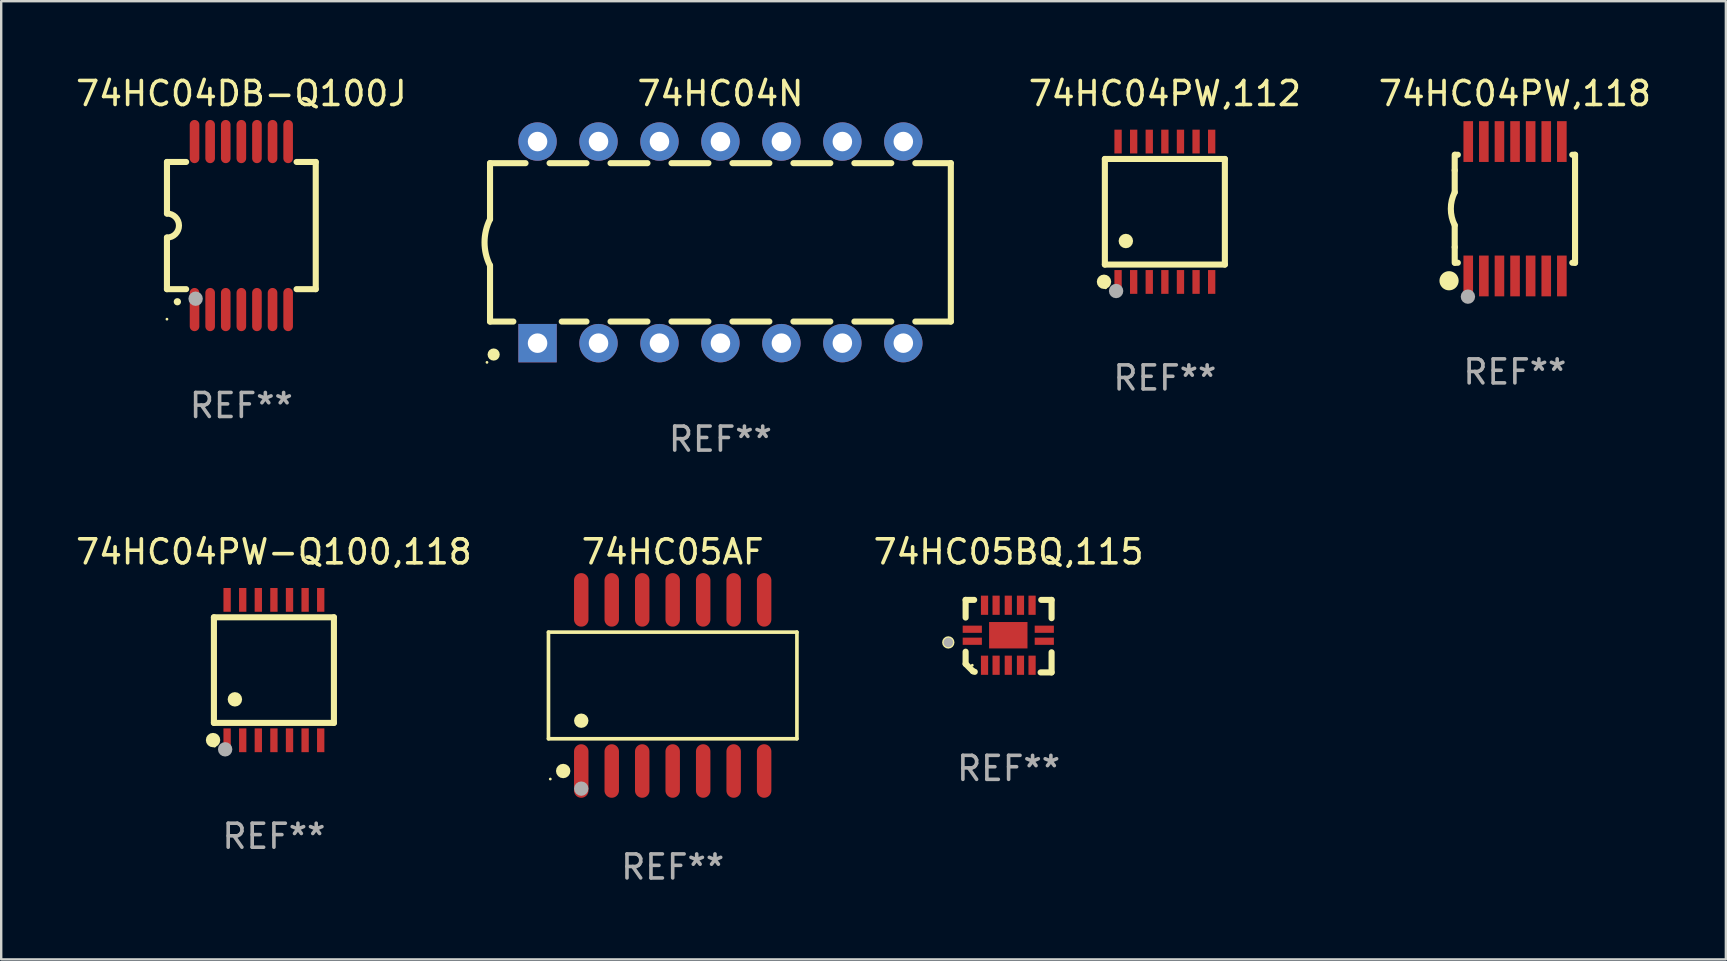
<source format=kicad_pcb>
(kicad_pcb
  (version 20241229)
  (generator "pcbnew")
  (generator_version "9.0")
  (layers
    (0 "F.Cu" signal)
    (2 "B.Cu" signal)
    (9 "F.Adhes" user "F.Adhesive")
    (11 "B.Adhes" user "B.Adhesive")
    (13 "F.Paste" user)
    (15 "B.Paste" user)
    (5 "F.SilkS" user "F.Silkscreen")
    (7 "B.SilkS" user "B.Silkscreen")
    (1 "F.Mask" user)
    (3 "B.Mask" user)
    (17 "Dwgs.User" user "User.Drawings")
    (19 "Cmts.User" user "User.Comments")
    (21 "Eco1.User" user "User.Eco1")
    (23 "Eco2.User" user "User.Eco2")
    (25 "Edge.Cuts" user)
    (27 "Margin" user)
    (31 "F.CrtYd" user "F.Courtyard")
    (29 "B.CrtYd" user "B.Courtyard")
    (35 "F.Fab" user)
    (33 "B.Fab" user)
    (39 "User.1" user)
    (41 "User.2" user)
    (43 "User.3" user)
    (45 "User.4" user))
  (footprint "74HC04N"
    (layer "F.Cu")
    (at 26.968 7.048)
    (property "Reference" "74HC04N" (at 0 -6.2 0) (layer "F.SilkS") (effects (font (size 1 1) (thickness 0.15))))
    (attr through_hole)
    (fp_line (start -9.6 -3.3) (end -9.6 -0.965) (stroke (width 0.254) (type solid)) (layer "F.SilkS"))
    (fp_line (start -9.6 -3.3) (end -8.121 -3.3) (stroke (width 0.254) (type solid)) (layer "F.SilkS"))
    (fp_line (start -9.6 3.3) (end -9.6 0.965) (stroke (width 0.254) (type solid)) (layer "F.SilkS"))
    (fp_line (start -9.6 3.3) (end -8.628 3.3) (stroke (width 0.254) (type solid)) (layer "F.SilkS"))
    (fp_line (start -7.119 -3.3) (end -5.581 -3.3) (stroke (width 0.254) (type solid)) (layer "F.SilkS"))
    (fp_line (start -6.612 3.3) (end -5.581 3.3) (stroke (width 0.254) (type solid)) (layer "F.SilkS"))
    (fp_line (start -4.579 -3.3) (end -3.041 -3.3) (stroke (width 0.254) (type solid)) (layer "F.SilkS"))
    (fp_line (start -4.579 3.3) (end -3.041 3.3) (stroke (width 0.254) (type solid)) (layer "F.SilkS"))
    (fp_line (start -2.039 -3.3) (end -0.501 -3.3) (stroke (width 0.254) (type solid)) (layer "F.SilkS"))
    (fp_line (start -2.039 3.3) (end -0.501 3.3) (stroke (width 0.254) (type solid)) (layer "F.SilkS"))
    (fp_line (start 0.501 -3.3) (end 2.039 -3.3) (stroke (width 0.254) (type solid)) (layer "F.SilkS"))
    (fp_line (start 0.501 3.3) (end 2.039 3.3) (stroke (width 0.254) (type solid)) (layer "F.SilkS"))
    (fp_line (start 3.041 -3.3) (end 4.579 -3.3) (stroke (width 0.254) (type solid)) (layer "F.SilkS"))
    (fp_line (start 3.041 3.3) (end 4.579 3.3) (stroke (width 0.254) (type solid)) (layer "F.SilkS"))
    (fp_line (start 5.581 -3.3) (end 7.119 -3.3) (stroke (width 0.254) (type solid)) (layer "F.SilkS"))
    (fp_line (start 5.581 3.3) (end 7.119 3.3) (stroke (width 0.254) (type solid)) (layer "F.SilkS"))
    (fp_line (start 8.121 -3.3) (end 9.6 -3.3) (stroke (width 0.254) (type solid)) (layer "F.SilkS"))
    (fp_line (start 8.121 3.3) (end 9.6 3.3) (stroke (width 0.254) (type solid)) (layer "F.SilkS"))
    (fp_line (start 9.6 -3.3) (end 9.6 3.3) (stroke (width 0.254) (type solid)) (layer "F.SilkS"))
    (fp_arc (start -9.601219 0.965202) (mid -9.828641 -0.00004) (end -9.600025 -0.964999) (stroke (width 0.254001) (type solid)) (layer "F.SilkS"))
    (fp_circle (center -9.727 5) (end -9.697 5) (stroke (width 0.06) (type solid)) (fill no) (layer "F.SilkS"))
    (fp_circle (center -9.449 4.674) (end -9.322 4.674) (stroke (width 0.254) (type solid)) (fill no) (layer "F.SilkS"))
    (fp_text user "REF**" (at 0 8.2 0) (layer "F.Fab") (effects (font (size 1 1) (thickness 0.15))))
    (pad "1" thru_hole rect (at -7.62 4.2) (size 1.6 1.6) (drill 0.813) (layers "*.Cu" "*.Mask"))
    (pad "2" thru_hole circle (at -5.08 4.2) (size 1.6 1.6) (drill 0.813) (layers "*.Cu" "*.Mask"))
    (pad "3" thru_hole circle (at -2.54 4.2) (size 1.6 1.6) (drill 0.813) (layers "*.Cu" "*.Mask"))
    (pad "4" thru_hole circle (at 0 4.2) (size 1.6 1.6) (drill 0.813) (layers "*.Cu" "*.Mask"))
    (pad "5" thru_hole circle (at 2.54 4.2) (size 1.6 1.6) (drill 0.813) (layers "*.Cu" "*.Mask"))
    (pad "6" thru_hole circle (at 5.08 4.2) (size 1.6 1.6) (drill 0.813) (layers "*.Cu" "*.Mask"))
    (pad "7" thru_hole circle (at 7.62 4.2) (size 1.6 1.6) (drill 0.813) (layers "*.Cu" "*.Mask"))
    (pad "8" thru_hole circle (at 7.62 -4.2) (size 1.6 1.6) (drill 0.813) (layers "*.Cu" "*.Mask"))
    (pad "9" thru_hole circle (at 5.08 -4.2) (size 1.6 1.6) (drill 0.813) (layers "*.Cu" "*.Mask"))
    (pad "10" thru_hole circle (at 2.54 -4.2) (size 1.6 1.6) (drill 0.813) (layers "*.Cu" "*.Mask"))
    (pad "11" thru_hole circle (at 0 -4.2) (size 1.6 1.6) (drill 0.813) (layers "*.Cu" "*.Mask"))
    (pad "12" thru_hole circle (at -2.54 -4.2) (size 1.6 1.6) (drill 0.813) (layers "*.Cu" "*.Mask"))
    (pad "13" thru_hole circle (at -5.08 -4.2) (size 1.6 1.6) (drill 0.813) (layers "*.Cu" "*.Mask"))
    (pad "14" thru_hole circle (at -7.62 -4.2) (size 1.6 1.6) (drill 0.813) (layers "*.Cu" "*.Mask")))
  (footprint "74HC04DB-Q100J"
    (layer "F.Cu")
    (at 7.006 6.348)
    (property "Reference" "74HC04DB-Q100J" (at 0 -5.5 0) (layer "F.SilkS") (effects (font (size 1 1) (thickness 0.15))))
    (attr through_hole)
    (fp_line (start -3.1 2.65) (end -3.1 0.5) (stroke (width 0.254) (type solid)) (layer "F.SilkS"))
    (fp_line (start -3.099 -2.65) (end -2.301 -2.65) (stroke (width 0.254) (type solid)) (layer "F.SilkS"))
    (fp_line (start -3.099 -0.5) (end -3.099 -2.65) (stroke (width 0.254) (type solid)) (layer "F.SilkS"))
    (fp_line (start -2.301 2.65) (end -3.1 2.65) (stroke (width 0.254) (type solid)) (layer "F.SilkS"))
    (fp_line (start 2.301 -2.65) (end 3.1 -2.65) (stroke (width 0.254) (type solid)) (layer "F.SilkS"))
    (fp_line (start 3.1 -2.65) (end 3.1 2.65) (stroke (width 0.254) (type solid)) (layer "F.SilkS"))
    (fp_line (start 3.1 2.65) (end 2.301 2.65) (stroke (width 0.254) (type solid)) (layer "F.SilkS"))
    (fp_arc (start -3.098806 -0.500381) (mid -2.598806 0) (end -3.098806 0.500381) (stroke (width 0.254001) (type solid)) (layer "F.SilkS"))
    (fp_arc (start -2.667005 3.175006) (mid -2.665735 3.175001) (end -2.664465 3.175006) (stroke (width 0.3) (type solid)) (layer "F.SilkS"))
    (fp_circle (center -3.1 3.9) (end -3.07 3.9) (stroke (width 0.06) (type solid)) (fill no) (layer "F.SilkS"))
    (fp_circle (center -1.905 3.048) (end -1.755 3.048) (stroke (width 0.3) (type solid)) (fill no) (layer "F.Fab"))
    (fp_text user "REF**" (at 0 7.5 0) (layer "F.Fab") (effects (font (size 1 1) (thickness 0.15))))
    (pad "1" smd oval (at -1.95 3.5 270) (size 1.8 0.4) (layers "F.Cu" "F.Mask" "F.Paste"))
    (pad "2" smd oval (at -1.3 3.5 270) (size 1.8 0.4) (layers "F.Cu" "F.Mask" "F.Paste"))
    (pad "3" smd oval (at -0.65 3.5 270) (size 1.8 0.4) (layers "F.Cu" "F.Mask" "F.Paste"))
    (pad "4" smd oval (at 0 3.5 270) (size 1.8 0.4) (layers "F.Cu" "F.Mask" "F.Paste"))
    (pad "5" smd oval (at 0.65 3.5 270) (size 1.8 0.4) (layers "F.Cu" "F.Mask" "F.Paste"))
    (pad "6" smd oval (at 1.3 3.5 270) (size 1.8 0.4) (layers "F.Cu" "F.Mask" "F.Paste"))
    (pad "7" smd oval (at 1.95 3.5 270) (size 1.8 0.4) (layers "F.Cu" "F.Mask" "F.Paste"))
    (pad "8" smd oval (at 1.95 -3.5 90) (size 1.8 0.4) (layers "F.Cu" "F.Mask" "F.Paste"))
    (pad "9" smd oval (at 1.3 -3.5 90) (size 1.8 0.4) (layers "F.Cu" "F.Mask" "F.Paste"))
    (pad "10" smd oval (at 0.65 -3.5 90) (size 1.8 0.4) (layers "F.Cu" "F.Mask" "F.Paste"))
    (pad "11" smd oval (at 0 -3.5 90) (size 1.8 0.4) (layers "F.Cu" "F.Mask" "F.Paste"))
    (pad "12" smd oval (at -0.65 -3.5 90) (size 1.8 0.4) (layers "F.Cu" "F.Mask" "F.Paste"))
    (pad "13" smd oval (at -1.3 -3.5 90) (size 1.8 0.4) (layers "F.Cu" "F.Mask" "F.Paste"))
    (pad "14" smd oval (at -1.95 -3.5 90) (size 1.8 0.4) (layers "F.Cu" "F.Mask" "F.Paste")))
  (footprint "74HC05BQ,115"
    (layer "F.Cu")
    (at 38.975 23.456)
    (property "Reference" "74HC05BQ,115" (at 0 -3.511 0) (layer "F.SilkS") (effects (font (size 1 1) (thickness 0.15))))
    (attr through_hole)
    (fp_line (start -1.791 -1.511) (end -1.435 -1.511) (stroke (width 0.254) (type solid)) (layer "F.SilkS"))
    (fp_line (start -1.791 -0.775) (end -1.791 -1.511) (stroke (width 0.254) (type solid)) (layer "F.SilkS"))
    (fp_line (start -1.791 1.156) (end -1.791 0.648) (stroke (width 0.254) (type solid)) (layer "F.SilkS"))
    (fp_line (start -1.486 1.461) (end -1.791 1.156) (stroke (width 0.254) (type solid)) (layer "F.SilkS"))
    (fp_line (start -1.41 1.486) (end -1.486 1.461) (stroke (width 0.254) (type solid)) (layer "F.SilkS"))
    (fp_line (start 1.334 1.511) (end 1.791 1.511) (stroke (width 0.254) (type solid)) (layer "F.SilkS"))
    (fp_line (start 1.791 -1.511) (end 1.359 -1.511) (stroke (width 0.254) (type solid)) (layer "F.SilkS"))
    (fp_line (start 1.791 -0.749) (end 1.791 -1.511) (stroke (width 0.254) (type solid)) (layer "F.SilkS"))
    (fp_line (start 1.791 1.511) (end 1.791 0.673) (stroke (width 0.254) (type solid)) (layer "F.SilkS"))
    (fp_circle (center -2.513 0.262) (end -2.383 0.262) (stroke (width 0.254) (type solid)) (fill no) (layer "F.SilkS"))
    (fp_circle (center -1.513 1.212) (end -1.483 1.212) (stroke (width 0.06) (type solid)) (fill no) (layer "F.SilkS"))
    (fp_circle (center -2.513 0.262) (end -2.413 0.262) (stroke (width 0.2) (type solid)) (fill no) (layer "F.Fab"))
    (fp_text user "REF**" (at 0 5.511 0) (layer "F.Fab") (effects (font (size 1 1) (thickness 0.15))))
    (pad "1" smd rect (at -1.513 0.212) (size 0.8 0.3) (layers "F.Cu" "F.Mask" "F.Paste"))
    (pad "2" smd rect (at -1.003 1.212) (size 0.3 0.8) (layers "F.Cu" "F.Mask" "F.Paste"))
    (pad "3" smd rect (at -0.521 1.212) (size 0.3 0.8) (layers "F.Cu" "F.Mask" "F.Paste"))
    (pad "4" smd rect (at -0.013 1.212) (size 0.3 0.8) (layers "F.Cu" "F.Mask" "F.Paste"))
    (pad "5" smd rect (at 0.495 1.212) (size 0.3 0.8) (layers "F.Cu" "F.Mask" "F.Paste"))
    (pad "6" smd rect (at 0.978 1.212) (size 0.3 0.8) (layers "F.Cu" "F.Mask" "F.Paste"))
    (pad "7" smd rect (at 1.487 0.212) (size 0.8 0.3) (layers "F.Cu" "F.Mask" "F.Paste"))
    (pad "8" smd rect (at 1.487 -0.288) (size 0.8 0.3) (layers "F.Cu" "F.Mask" "F.Paste"))
    (pad "9" smd rect (at 0.978 -1.288) (size 0.3 0.8) (layers "F.Cu" "F.Mask" "F.Paste"))
    (pad "10" smd rect (at 0.495 -1.288) (size 0.3 0.8) (layers "F.Cu" "F.Mask" "F.Paste"))
    (pad "11" smd rect (at -0.013 -1.288) (size 0.3 0.8) (layers "F.Cu" "F.Mask" "F.Paste"))
    (pad "12" smd rect (at -0.521 -1.288) (size 0.3 0.8) (layers "F.Cu" "F.Mask" "F.Paste"))
    (pad "13" smd rect (at -1.003 -1.288) (size 0.3 0.8) (layers "F.Cu" "F.Mask" "F.Paste"))
    (pad "14" smd rect (at -1.513 -0.288) (size 0.8 0.3) (layers "F.Cu" "F.Mask" "F.Paste"))
    (pad "15" smd rect (at -0.013 -0.038 90) (size 1.1 1.6) (layers "F.Cu" "F.Mask" "F.Paste")))
  (footprint "74HC05AF"
    (layer "F.Cu")
    (at 24.979 25.51)
    (property "Reference" "74HC05AF" (at 0 -5.565 0) (layer "F.SilkS") (effects (font (size 1 1) (thickness 0.15))))
    (attr through_hole)
    (fp_line (start -5.176 -2.221) (end 5.176 -2.221) (stroke (width 0.152) (type solid)) (layer "F.SilkS"))
    (fp_line (start -5.176 2.221) (end -5.176 -2.221) (stroke (width 0.152) (type solid)) (layer "F.SilkS"))
    (fp_line (start 5.176 -2.221) (end 5.176 2.221) (stroke (width 0.152) (type solid)) (layer "F.SilkS"))
    (fp_line (start 5.176 2.221) (end -5.176 2.221) (stroke (width 0.152) (type solid)) (layer "F.SilkS"))
    (fp_circle (center -5.1 3.9) (end -5.07 3.9) (stroke (width 0.06) (type solid)) (fill no) (layer "F.SilkS"))
    (fp_circle (center -4.563 3.565) (end -4.413 3.565) (stroke (width 0.3) (type solid)) (fill no) (layer "F.SilkS"))
    (fp_circle (center -3.81 1.469) (end -3.66 1.469) (stroke (width 0.3) (type solid)) (fill no) (layer "F.SilkS"))
    (fp_circle (center -3.81 4.3) (end -3.66 4.3) (stroke (width 0.3) (type solid)) (fill no) (layer "F.Fab"))
    (fp_text user "REF**" (at 0 7.565 0) (layer "F.Fab") (effects (font (size 1 1) (thickness 0.15))))
    (pad "1" smd oval (at -3.81 3.565) (size 0.602 2.231) (layers "F.Cu" "F.Mask" "F.Paste"))
    (pad "2" smd oval (at -2.54 3.565) (size 0.602 2.231) (layers "F.Cu" "F.Mask" "F.Paste"))
    (pad "3" smd oval (at -1.27 3.565) (size 0.602 2.231) (layers "F.Cu" "F.Mask" "F.Paste"))
    (pad "4" smd oval (at 0 3.565) (size 0.602 2.231) (layers "F.Cu" "F.Mask" "F.Paste"))
    (pad "5" smd oval (at 1.27 3.565) (size 0.602 2.231) (layers "F.Cu" "F.Mask" "F.Paste"))
    (pad "6" smd oval (at 2.54 3.565) (size 0.602 2.231) (layers "F.Cu" "F.Mask" "F.Paste"))
    (pad "7" smd oval (at 3.81 3.565) (size 0.602 2.231) (layers "F.Cu" "F.Mask" "F.Paste"))
    (pad "8" smd oval (at 3.81 -3.565) (size 0.602 2.231) (layers "F.Cu" "F.Mask" "F.Paste"))
    (pad "9" smd oval (at 2.54 -3.565) (size 0.602 2.231) (layers "F.Cu" "F.Mask" "F.Paste"))
    (pad "10" smd oval (at 1.27 -3.565) (size 0.602 2.231) (layers "F.Cu" "F.Mask" "F.Paste"))
    (pad "11" smd oval (at 0 -3.565) (size 0.602 2.231) (layers "F.Cu" "F.Mask" "F.Paste"))
    (pad "12" smd oval (at -1.27 -3.565) (size 0.602 2.231) (layers "F.Cu" "F.Mask" "F.Paste"))
    (pad "13" smd oval (at -2.54 -3.565) (size 0.602 2.231) (layers "F.Cu" "F.Mask" "F.Paste"))
    (pad "14" smd oval (at -3.81 -3.565) (size 0.602 2.231) (layers "F.Cu" "F.Mask" "F.Paste")))
  (footprint "74HC04PW-Q100,118"
    (layer "F.Cu")
    (at 8.363 24.87)
    (property "Reference" "74HC04PW-Q100,118" (at 0 -4.925 0) (layer "F.SilkS") (effects (font (size 1 1) (thickness 0.15))))
    (attr through_hole)
    (fp_line (start -2.5 2.2) (end -2.5 -2.2) (stroke (width 0.254) (type solid)) (layer "F.SilkS"))
    (fp_line (start -2.5 2.2) (end 2.5 2.2) (stroke (width 0.254) (type solid)) (layer "F.SilkS"))
    (fp_line (start 2.5 -2.2) (end -2.5 -2.2) (stroke (width 0.254) (type solid)) (layer "F.SilkS"))
    (fp_line (start 2.5 -2.2) (end 2.5 2.2) (stroke (width 0.254) (type solid)) (layer "F.SilkS"))
    (fp_circle (center -2.536 2.917) (end -2.386 2.917) (stroke (width 0.3) (type solid)) (fill no) (layer "F.SilkS"))
    (fp_circle (center -2.47 3.17) (end -2.44 3.17) (stroke (width 0.06) (type solid)) (fill no) (layer "F.SilkS"))
    (fp_circle (center -1.626 1.219) (end -1.475 1.219) (stroke (width 0.3) (type solid)) (fill no) (layer "F.SilkS"))
    (fp_circle (center -2.032 3.302) (end -1.882 3.302) (stroke (width 0.3) (type solid)) (fill no) (layer "F.Fab"))
    (fp_text user "REF**" (at 0 6.925 0) (layer "F.Fab") (effects (font (size 1 1) (thickness 0.15))))
    (pad "1" smd rect (at -1.95 2.925) (size 0.305 0.991) (layers "F.Cu" "F.Mask" "F.Paste"))
    (pad "2" smd rect (at -1.3 2.925) (size 0.305 0.991) (layers "F.Cu" "F.Mask" "F.Paste"))
    (pad "3" smd rect (at -0.65 2.925) (size 0.305 0.991) (layers "F.Cu" "F.Mask" "F.Paste"))
    (pad "4" smd rect (at 0 2.925) (size 0.305 0.991) (layers "F.Cu" "F.Mask" "F.Paste"))
    (pad "5" smd rect (at 0.65 2.925) (size 0.305 0.991) (layers "F.Cu" "F.Mask" "F.Paste"))
    (pad "6" smd rect (at 1.3 2.925) (size 0.305 0.991) (layers "F.Cu" "F.Mask" "F.Paste"))
    (pad "7" smd rect (at 1.95 2.925) (size 0.305 0.991) (layers "F.Cu" "F.Mask" "F.Paste"))
    (pad "8" smd rect (at 1.95 -2.925) (size 0.305 0.991) (layers "F.Cu" "F.Mask" "F.Paste"))
    (pad "9" smd rect (at 1.3 -2.925) (size 0.305 0.991) (layers "F.Cu" "F.Mask" "F.Paste"))
    (pad "10" smd rect (at 0.65 -2.925) (size 0.305 0.991) (layers "F.Cu" "F.Mask" "F.Paste"))
    (pad "11" smd rect (at 0 -2.925) (size 0.305 0.991) (layers "F.Cu" "F.Mask" "F.Paste"))
    (pad "12" smd rect (at -0.65 -2.925) (size 0.305 0.991) (layers "F.Cu" "F.Mask" "F.Paste"))
    (pad "13" smd rect (at -1.3 -2.925) (size 0.305 0.991) (layers "F.Cu" "F.Mask" "F.Paste"))
    (pad "14" smd rect (at -1.95 -2.925) (size 0.305 0.991) (layers "F.Cu" "F.Mask" "F.Paste")))
  (footprint "74HC04PW,112"
    (layer "F.Cu")
    (at 45.486 5.773)
    (property "Reference" "74HC04PW,112" (at 0 -4.925 0) (layer "F.SilkS") (effects (font (size 1 1) (thickness 0.15))))
    (attr through_hole)
    (fp_line (start -2.5 2.2) (end -2.5 -2.2) (stroke (width 0.254) (type solid)) (layer "F.SilkS"))
    (fp_line (start -2.5 2.2) (end 2.5 2.2) (stroke (width 0.254) (type solid)) (layer "F.SilkS"))
    (fp_line (start 2.5 -2.2) (end -2.5 -2.2) (stroke (width 0.254) (type solid)) (layer "F.SilkS"))
    (fp_line (start 2.5 -2.2) (end 2.5 2.2) (stroke (width 0.254) (type solid)) (layer "F.SilkS"))
    (fp_circle (center -2.536 2.917) (end -2.386 2.917) (stroke (width 0.3) (type solid)) (fill no) (layer "F.SilkS"))
    (fp_circle (center -2.47 3.17) (end -2.44 3.17) (stroke (width 0.06) (type solid)) (fill no) (layer "F.SilkS"))
    (fp_circle (center -1.626 1.219) (end -1.475 1.219) (stroke (width 0.3) (type solid)) (fill no) (layer "F.SilkS"))
    (fp_circle (center -2.032 3.302) (end -1.882 3.302) (stroke (width 0.3) (type solid)) (fill no) (layer "F.Fab"))
    (fp_text user "REF**" (at 0 6.925 0) (layer "F.Fab") (effects (font (size 1 1) (thickness 0.15))))
    (pad "1" smd rect (at -1.95 2.925) (size 0.305 0.991) (layers "F.Cu" "F.Mask" "F.Paste"))
    (pad "2" smd rect (at -1.3 2.925) (size 0.305 0.991) (layers "F.Cu" "F.Mask" "F.Paste"))
    (pad "3" smd rect (at -0.65 2.925) (size 0.305 0.991) (layers "F.Cu" "F.Mask" "F.Paste"))
    (pad "4" smd rect (at 0 2.925) (size 0.305 0.991) (layers "F.Cu" "F.Mask" "F.Paste"))
    (pad "5" smd rect (at 0.65 2.925) (size 0.305 0.991) (layers "F.Cu" "F.Mask" "F.Paste"))
    (pad "6" smd rect (at 1.3 2.925) (size 0.305 0.991) (layers "F.Cu" "F.Mask" "F.Paste"))
    (pad "7" smd rect (at 1.95 2.925) (size 0.305 0.991) (layers "F.Cu" "F.Mask" "F.Paste"))
    (pad "8" smd rect (at 1.95 -2.925) (size 0.305 0.991) (layers "F.Cu" "F.Mask" "F.Paste"))
    (pad "9" smd rect (at 1.3 -2.925) (size 0.305 0.991) (layers "F.Cu" "F.Mask" "F.Paste"))
    (pad "10" smd rect (at 0.65 -2.925) (size 0.305 0.991) (layers "F.Cu" "F.Mask" "F.Paste"))
    (pad "11" smd rect (at 0 -2.925) (size 0.305 0.991) (layers "F.Cu" "F.Mask" "F.Paste"))
    (pad "12" smd rect (at -0.65 -2.925) (size 0.305 0.991) (layers "F.Cu" "F.Mask" "F.Paste"))
    (pad "13" smd rect (at -1.3 -2.925) (size 0.305 0.991) (layers "F.Cu" "F.Mask" "F.Paste"))
    (pad "14" smd rect (at -1.95 -2.925) (size 0.305 0.991) (layers "F.Cu" "F.Mask" "F.Paste")))
  (footprint "74HC04PW,118"
    (layer "F.Cu")
    (at 60.07 5.648)
    (property "Reference" "74HC04PW,118" (at 0 -4.8 0) (layer "F.SilkS") (effects (font (size 1 1) (thickness 0.15))))
    (attr through_hole)
    (fp_line (start -2.507 -1.6) (end -2.507 -2.25) (stroke (width 0.254) (type solid)) (layer "F.SilkS"))
    (fp_line (start -2.507 -0.686) (end -2.507 -1.6) (stroke (width 0.254) (type solid)) (layer "F.SilkS"))
    (fp_line (start -2.507 1.6) (end -2.507 0.686) (stroke (width 0.254) (type solid)) (layer "F.SilkS"))
    (fp_line (start -2.507 1.6) (end -2.507 2.25) (stroke (width 0.254) (type solid)) (layer "F.SilkS"))
    (fp_line (start -2.493 -2.25) (end -2.377 -2.25) (stroke (width 0.254) (type solid)) (layer "F.SilkS"))
    (fp_line (start -2.377 2.25) (end -2.493 2.25) (stroke (width 0.254) (type solid)) (layer "F.SilkS"))
    (fp_line (start 2.392 -2.25) (end 2.507 -2.25) (stroke (width 0.254) (type solid)) (layer "F.SilkS"))
    (fp_line (start 2.507 -2.25) (end 2.507 2.25) (stroke (width 0.254) (type solid)) (layer "F.SilkS"))
    (fp_line (start 2.507 2.25) (end 2.392 2.25) (stroke (width 0.254) (type solid)) (layer "F.SilkS"))
    (fp_arc (start -2.507303 0.685802) (mid -2.669199 0) (end -2.507303 -0.685801) (stroke (width 0.254001) (type solid)) (layer "F.SilkS"))
    (fp_circle (center -2.743 3) (end -2.543 3) (stroke (width 0.4) (type solid)) (fill no) (layer "F.SilkS"))
    (fp_circle (center -2.493 3.2) (end -2.463 3.2) (stroke (width 0.06) (type solid)) (fill no) (layer "F.SilkS"))
    (fp_circle (center -1.957 3.662) (end -1.807 3.662) (stroke (width 0.3) (type solid)) (fill no) (layer "F.Fab"))
    (fp_text user "REF**" (at 0 6.8 0) (layer "F.Fab") (effects (font (size 1 1) (thickness 0.15))))
    (pad "1" smd rect (at -1.943 2.8) (size 0.4 1.7) (layers "F.Cu" "F.Mask" "F.Paste"))
    (pad "2" smd rect (at -1.293 2.8) (size 0.4 1.7) (layers "F.Cu" "F.Mask" "F.Paste"))
    (pad "3" smd rect (at -0.643 2.8) (size 0.4 1.7) (layers "F.Cu" "F.Mask" "F.Paste"))
    (pad "4" smd rect (at 0.007 2.8) (size 0.4 1.7) (layers "F.Cu" "F.Mask" "F.Paste"))
    (pad "5" smd rect (at 0.657 2.8) (size 0.4 1.7) (layers "F.Cu" "F.Mask" "F.Paste"))
    (pad "6" smd rect (at 1.307 2.8) (size 0.4 1.7) (layers "F.Cu" "F.Mask" "F.Paste"))
    (pad "7" smd rect (at 1.957 2.8) (size 0.4 1.7) (layers "F.Cu" "F.Mask" "F.Paste"))
    (pad "8" smd rect (at 1.957 -2.8) (size 0.4 1.7) (layers "F.Cu" "F.Mask" "F.Paste"))
    (pad "9" smd rect (at 1.307 -2.8) (size 0.4 1.7) (layers "F.Cu" "F.Mask" "F.Paste"))
    (pad "10" smd rect (at 0.657 -2.8) (size 0.4 1.7) (layers "F.Cu" "F.Mask" "F.Paste"))
    (pad "11" smd rect (at 0.007 -2.8) (size 0.4 1.7) (layers "F.Cu" "F.Mask" "F.Paste"))
    (pad "12" smd rect (at -0.643 -2.8) (size 0.4 1.7) (layers "F.Cu" "F.Mask" "F.Paste"))
    (pad "13" smd rect (at -1.293 -2.8) (size 0.4 1.7) (layers "F.Cu" "F.Mask" "F.Paste"))
    (pad "14" smd rect (at -1.943 -2.8) (size 0.4 1.7) (layers "F.Cu" "F.Mask" "F.Paste")))
  (gr_rect
    (start -3 -3)
    (end 68.861 36.924)
    (stroke (width 0.1) (type default))
    (fill no)
    (layer "Edge.Cuts")))
</source>
